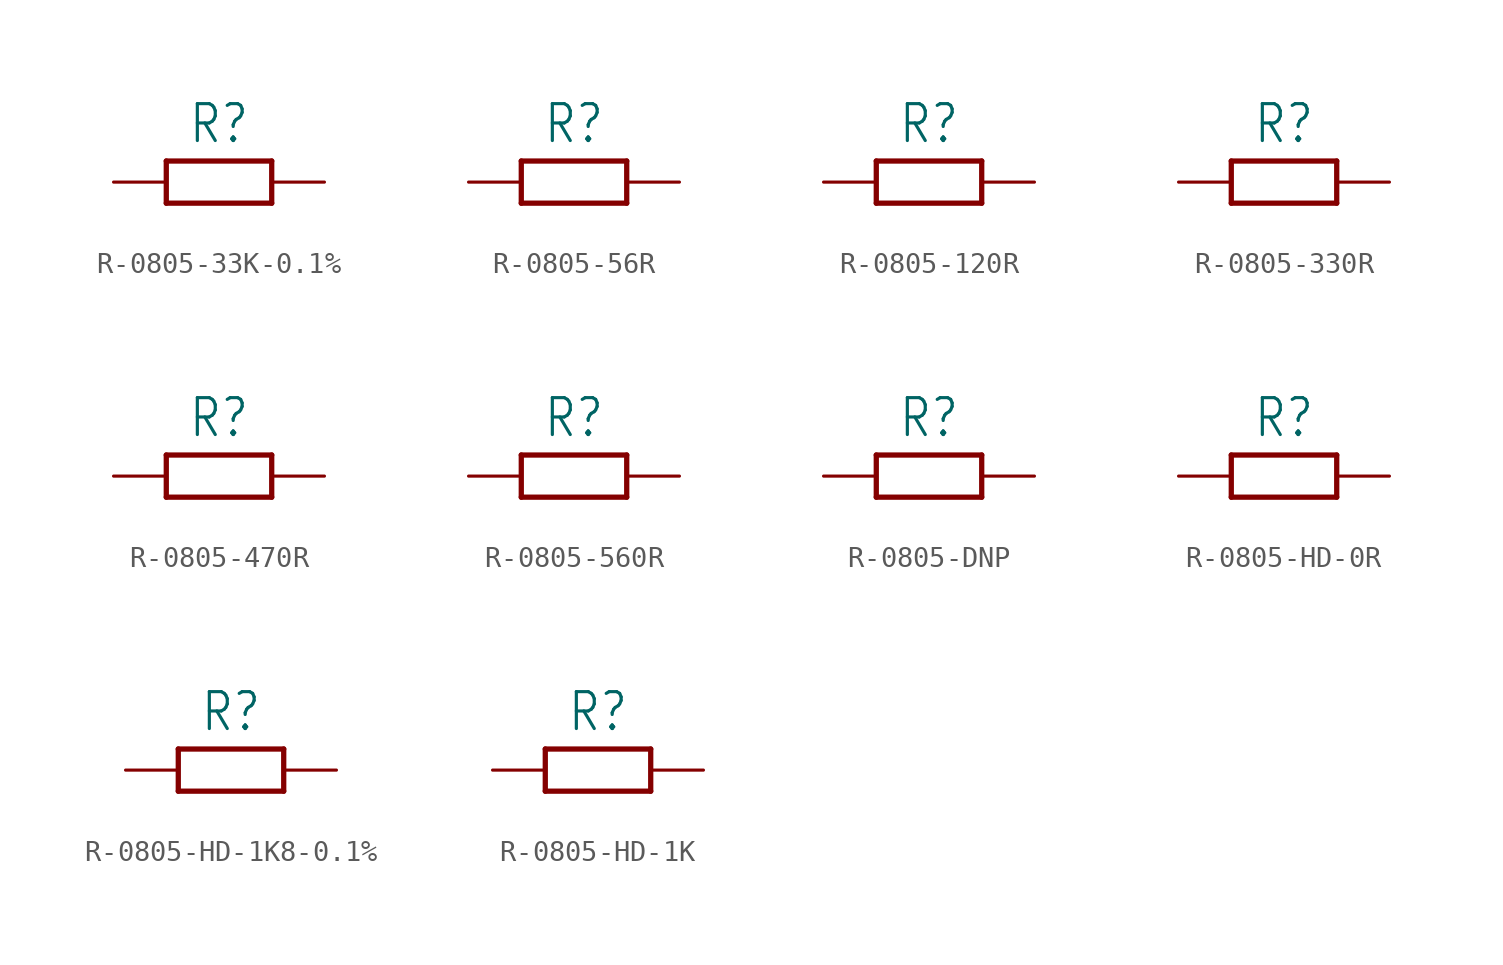
<source format=kicad_sym>
(kicad_symbol_lib
  (version 20231120)
  (generator "kicad_symbol_editor")
  (generator_version "8.0")
  (symbol "R-0805-33K-0.1%"
    (property "Reference" "R"
      (at 0 1.778 0)
      (effects (font (size 1.778 1.511)) (justify bottom)))
    (property "Value" ""
      (at 0 -1.778 0)
      (effects (font (size 1.778 1.511)) (justify top)))
    (property "ki_locked" ""
      (at 0 0 0)
      (effects (font (size 1.27 1.27))))
    (symbol "R-0805-33K-0.1%_1_0"
      (polyline (pts (xy -2.54 -1.016) (xy -2.54 1.016)) (stroke (width 0.254) (type solid)) (fill (type none)))
      (polyline (pts (xy -2.54 1.016) (xy 2.54 1.016)) (stroke (width 0.254) (type solid)) (fill (type none)))
      (polyline (pts (xy 2.54 -1.016) (xy -2.54 -1.016)) (stroke (width 0.254) (type solid)) (fill (type none)))
      (polyline (pts (xy 2.54 1.016) (xy 2.54 -1.016)) (stroke (width 0.254) (type solid)) (fill (type none)))
      (pin passive line (at -5.08 0 0) (length 2.54) (name "1" (effects (font (size 0 0)))) (number "1" (effects (font (size 0 0)))))
      (pin passive line (at 5.08 0 180) (length 2.54) (name "2" (effects (font (size 0 0)))) (number "2" (effects (font (size 0 0)))))))
  (symbol "R-0805-56R"
    (property "Reference" "R"
      (at 0 1.778 0)
      (effects (font (size 1.778 1.511)) (justify bottom)))
    (property "Value" ""
      (at 0 -1.778 0)
      (effects (font (size 1.778 1.511)) (justify top)))
    (property "ki_locked" ""
      (at 0 0 0)
      (effects (font (size 1.27 1.27))))
    (symbol "R-0805-56R_1_0"
      (polyline (pts (xy -2.54 -1.016) (xy -2.54 1.016)) (stroke (width 0.254) (type solid)) (fill (type none)))
      (polyline (pts (xy -2.54 1.016) (xy 2.54 1.016)) (stroke (width 0.254) (type solid)) (fill (type none)))
      (polyline (pts (xy 2.54 -1.016) (xy -2.54 -1.016)) (stroke (width 0.254) (type solid)) (fill (type none)))
      (polyline (pts (xy 2.54 1.016) (xy 2.54 -1.016)) (stroke (width 0.254) (type solid)) (fill (type none)))
      (pin passive line (at -5.08 0 0) (length 2.54) (name "1" (effects (font (size 0 0)))) (number "1" (effects (font (size 0 0)))))
      (pin passive line (at 5.08 0 180) (length 2.54) (name "2" (effects (font (size 0 0)))) (number "2" (effects (font (size 0 0)))))))
  (symbol "R-0805-120R"
    (property "Reference" "R"
      (at 0 1.778 0)
      (effects (font (size 1.778 1.511)) (justify bottom)))
    (property "Value" ""
      (at 0 -1.778 0)
      (effects (font (size 1.778 1.511)) (justify top)))
    (property "ki_locked" ""
      (at 0 0 0)
      (effects (font (size 1.27 1.27))))
    (symbol "R-0805-120R_1_0"
      (polyline (pts (xy -2.54 -1.016) (xy -2.54 1.016)) (stroke (width 0.254) (type solid)) (fill (type none)))
      (polyline (pts (xy -2.54 1.016) (xy 2.54 1.016)) (stroke (width 0.254) (type solid)) (fill (type none)))
      (polyline (pts (xy 2.54 -1.016) (xy -2.54 -1.016)) (stroke (width 0.254) (type solid)) (fill (type none)))
      (polyline (pts (xy 2.54 1.016) (xy 2.54 -1.016)) (stroke (width 0.254) (type solid)) (fill (type none)))
      (pin passive line (at -5.08 0 0) (length 2.54) (name "1" (effects (font (size 0 0)))) (number "1" (effects (font (size 0 0)))))
      (pin passive line (at 5.08 0 180) (length 2.54) (name "2" (effects (font (size 0 0)))) (number "2" (effects (font (size 0 0)))))))
  (symbol "R-0805-330R"
    (property "Reference" "R"
      (at 0 1.778 0)
      (effects (font (size 1.778 1.511)) (justify bottom)))
    (property "Value" ""
      (at 0 -1.778 0)
      (effects (font (size 1.778 1.511)) (justify top)))
    (property "ki_locked" ""
      (at 0 0 0)
      (effects (font (size 1.27 1.27))))
    (symbol "R-0805-330R_1_0"
      (polyline (pts (xy -2.54 -1.016) (xy -2.54 1.016)) (stroke (width 0.254) (type solid)) (fill (type none)))
      (polyline (pts (xy -2.54 1.016) (xy 2.54 1.016)) (stroke (width 0.254) (type solid)) (fill (type none)))
      (polyline (pts (xy 2.54 -1.016) (xy -2.54 -1.016)) (stroke (width 0.254) (type solid)) (fill (type none)))
      (polyline (pts (xy 2.54 1.016) (xy 2.54 -1.016)) (stroke (width 0.254) (type solid)) (fill (type none)))
      (pin passive line (at -5.08 0 0) (length 2.54) (name "1" (effects (font (size 0 0)))) (number "1" (effects (font (size 0 0)))))
      (pin passive line (at 5.08 0 180) (length 2.54) (name "2" (effects (font (size 0 0)))) (number "2" (effects (font (size 0 0)))))))
  (symbol "R-0805-470R"
    (property "Reference" "R"
      (at 0 1.778 0)
      (effects (font (size 1.778 1.511)) (justify bottom)))
    (property "Value" ""
      (at 0 -1.778 0)
      (effects (font (size 1.778 1.511)) (justify top)))
    (property "ki_locked" ""
      (at 0 0 0)
      (effects (font (size 1.27 1.27))))
    (symbol "R-0805-470R_1_0"
      (polyline (pts (xy -2.54 -1.016) (xy -2.54 1.016)) (stroke (width 0.254) (type solid)) (fill (type none)))
      (polyline (pts (xy -2.54 1.016) (xy 2.54 1.016)) (stroke (width 0.254) (type solid)) (fill (type none)))
      (polyline (pts (xy 2.54 -1.016) (xy -2.54 -1.016)) (stroke (width 0.254) (type solid)) (fill (type none)))
      (polyline (pts (xy 2.54 1.016) (xy 2.54 -1.016)) (stroke (width 0.254) (type solid)) (fill (type none)))
      (pin passive line (at -5.08 0 0) (length 2.54) (name "1" (effects (font (size 0 0)))) (number "1" (effects (font (size 0 0)))))
      (pin passive line (at 5.08 0 180) (length 2.54) (name "2" (effects (font (size 0 0)))) (number "2" (effects (font (size 0 0)))))))
  (symbol "R-0805-560R"
    (property "Reference" "R"
      (at 0 1.778 0)
      (effects (font (size 1.778 1.511)) (justify bottom)))
    (property "Value" ""
      (at 0 -1.778 0)
      (effects (font (size 1.778 1.511)) (justify top)))
    (property "ki_locked" ""
      (at 0 0 0)
      (effects (font (size 1.27 1.27))))
    (symbol "R-0805-560R_1_0"
      (polyline (pts (xy -2.54 -1.016) (xy -2.54 1.016)) (stroke (width 0.254) (type solid)) (fill (type none)))
      (polyline (pts (xy -2.54 1.016) (xy 2.54 1.016)) (stroke (width 0.254) (type solid)) (fill (type none)))
      (polyline (pts (xy 2.54 -1.016) (xy -2.54 -1.016)) (stroke (width 0.254) (type solid)) (fill (type none)))
      (polyline (pts (xy 2.54 1.016) (xy 2.54 -1.016)) (stroke (width 0.254) (type solid)) (fill (type none)))
      (pin passive line (at -5.08 0 0) (length 2.54) (name "1" (effects (font (size 0 0)))) (number "1" (effects (font (size 0 0)))))
      (pin passive line (at 5.08 0 180) (length 2.54) (name "2" (effects (font (size 0 0)))) (number "2" (effects (font (size 0 0)))))))
  (symbol "R-0805-DNP"
    (property "Reference" "R"
      (at 0 1.778 0)
      (effects (font (size 1.778 1.511)) (justify bottom)))
    (property "Value" ""
      (at 0 -1.778 0)
      (effects (font (size 1.778 1.511)) (justify top)))
    (property "ki_locked" ""
      (at 0 0 0)
      (effects (font (size 1.27 1.27))))
    (symbol "R-0805-DNP_1_0"
      (polyline (pts (xy -2.54 -1.016) (xy -2.54 1.016)) (stroke (width 0.254) (type solid)) (fill (type none)))
      (polyline (pts (xy -2.54 1.016) (xy 2.54 1.016)) (stroke (width 0.254) (type solid)) (fill (type none)))
      (polyline (pts (xy 2.54 -1.016) (xy -2.54 -1.016)) (stroke (width 0.254) (type solid)) (fill (type none)))
      (polyline (pts (xy 2.54 1.016) (xy 2.54 -1.016)) (stroke (width 0.254) (type solid)) (fill (type none)))
      (pin passive line (at -5.08 0 0) (length 2.54) (name "1" (effects (font (size 0 0)))) (number "1" (effects (font (size 0 0)))))
      (pin passive line (at 5.08 0 180) (length 2.54) (name "2" (effects (font (size 0 0)))) (number "2" (effects (font (size 0 0)))))))
  (symbol "R-0805-HD-0R"
    (property "Reference" "R"
      (at 0 1.778 0)
      (effects (font (size 1.778 1.511)) (justify bottom)))
    (property "Value" ""
      (at 0 -1.778 0)
      (effects (font (size 1.778 1.511)) (justify top)))
    (property "ki_locked" ""
      (at 0 0 0)
      (effects (font (size 1.27 1.27))))
    (symbol "R-0805-HD-0R_1_0"
      (polyline (pts (xy -2.54 -1.016) (xy -2.54 1.016)) (stroke (width 0.254) (type solid)) (fill (type none)))
      (polyline (pts (xy -2.54 1.016) (xy 2.54 1.016)) (stroke (width 0.254) (type solid)) (fill (type none)))
      (polyline (pts (xy 2.54 -1.016) (xy -2.54 -1.016)) (stroke (width 0.254) (type solid)) (fill (type none)))
      (polyline (pts (xy 2.54 1.016) (xy 2.54 -1.016)) (stroke (width 0.254) (type solid)) (fill (type none)))
      (pin passive line (at -5.08 0 0) (length 2.54) (name "1" (effects (font (size 0 0)))) (number "1" (effects (font (size 0 0)))))
      (pin passive line (at 5.08 0 180) (length 2.54) (name "2" (effects (font (size 0 0)))) (number "2" (effects (font (size 0 0)))))))
  (symbol "R-0805-HD-1K8-0.1%"
    (property "Reference" "R"
      (at 0 1.778 0)
      (effects (font (size 1.778 1.511)) (justify bottom)))
    (property "Value" ""
      (at 0 -1.778 0)
      (effects (font (size 1.778 1.511)) (justify top)))
    (property "ki_locked" ""
      (at 0 0 0)
      (effects (font (size 1.27 1.27))))
    (symbol "R-0805-HD-1K8-0.1%_1_0"
      (polyline (pts (xy -2.54 -1.016) (xy -2.54 1.016)) (stroke (width 0.254) (type solid)) (fill (type none)))
      (polyline (pts (xy -2.54 1.016) (xy 2.54 1.016)) (stroke (width 0.254) (type solid)) (fill (type none)))
      (polyline (pts (xy 2.54 -1.016) (xy -2.54 -1.016)) (stroke (width 0.254) (type solid)) (fill (type none)))
      (polyline (pts (xy 2.54 1.016) (xy 2.54 -1.016)) (stroke (width 0.254) (type solid)) (fill (type none)))
      (pin passive line (at -5.08 0 0) (length 2.54) (name "1" (effects (font (size 0 0)))) (number "1" (effects (font (size 0 0)))))
      (pin passive line (at 5.08 0 180) (length 2.54) (name "2" (effects (font (size 0 0)))) (number "2" (effects (font (size 0 0)))))))
  (symbol "R-0805-HD-1K"
    (property "Reference" "R"
      (at 0 1.778 0)
      (effects (font (size 1.778 1.511)) (justify bottom)))
    (property "Value" ""
      (at 0 -1.778 0)
      (effects (font (size 1.778 1.511)) (justify top)))
    (property "ki_locked" ""
      (at 0 0 0)
      (effects (font (size 1.27 1.27))))
    (symbol "R-0805-HD-1K_1_0"
      (polyline (pts (xy -2.54 -1.016) (xy -2.54 1.016)) (stroke (width 0.254) (type solid)) (fill (type none)))
      (polyline (pts (xy -2.54 1.016) (xy 2.54 1.016)) (stroke (width 0.254) (type solid)) (fill (type none)))
      (polyline (pts (xy 2.54 -1.016) (xy -2.54 -1.016)) (stroke (width 0.254) (type solid)) (fill (type none)))
      (polyline (pts (xy 2.54 1.016) (xy 2.54 -1.016)) (stroke (width 0.254) (type solid)) (fill (type none)))
      (pin passive line (at -5.08 0 0) (length 2.54) (name "1" (effects (font (size 0 0)))) (number "1" (effects (font (size 0 0)))))
      (pin passive line (at 5.08 0 180) (length 2.54) (name "2" (effects (font (size 0 0)))) (number "2" (effects (font (size 0 0))))))))
</source>
